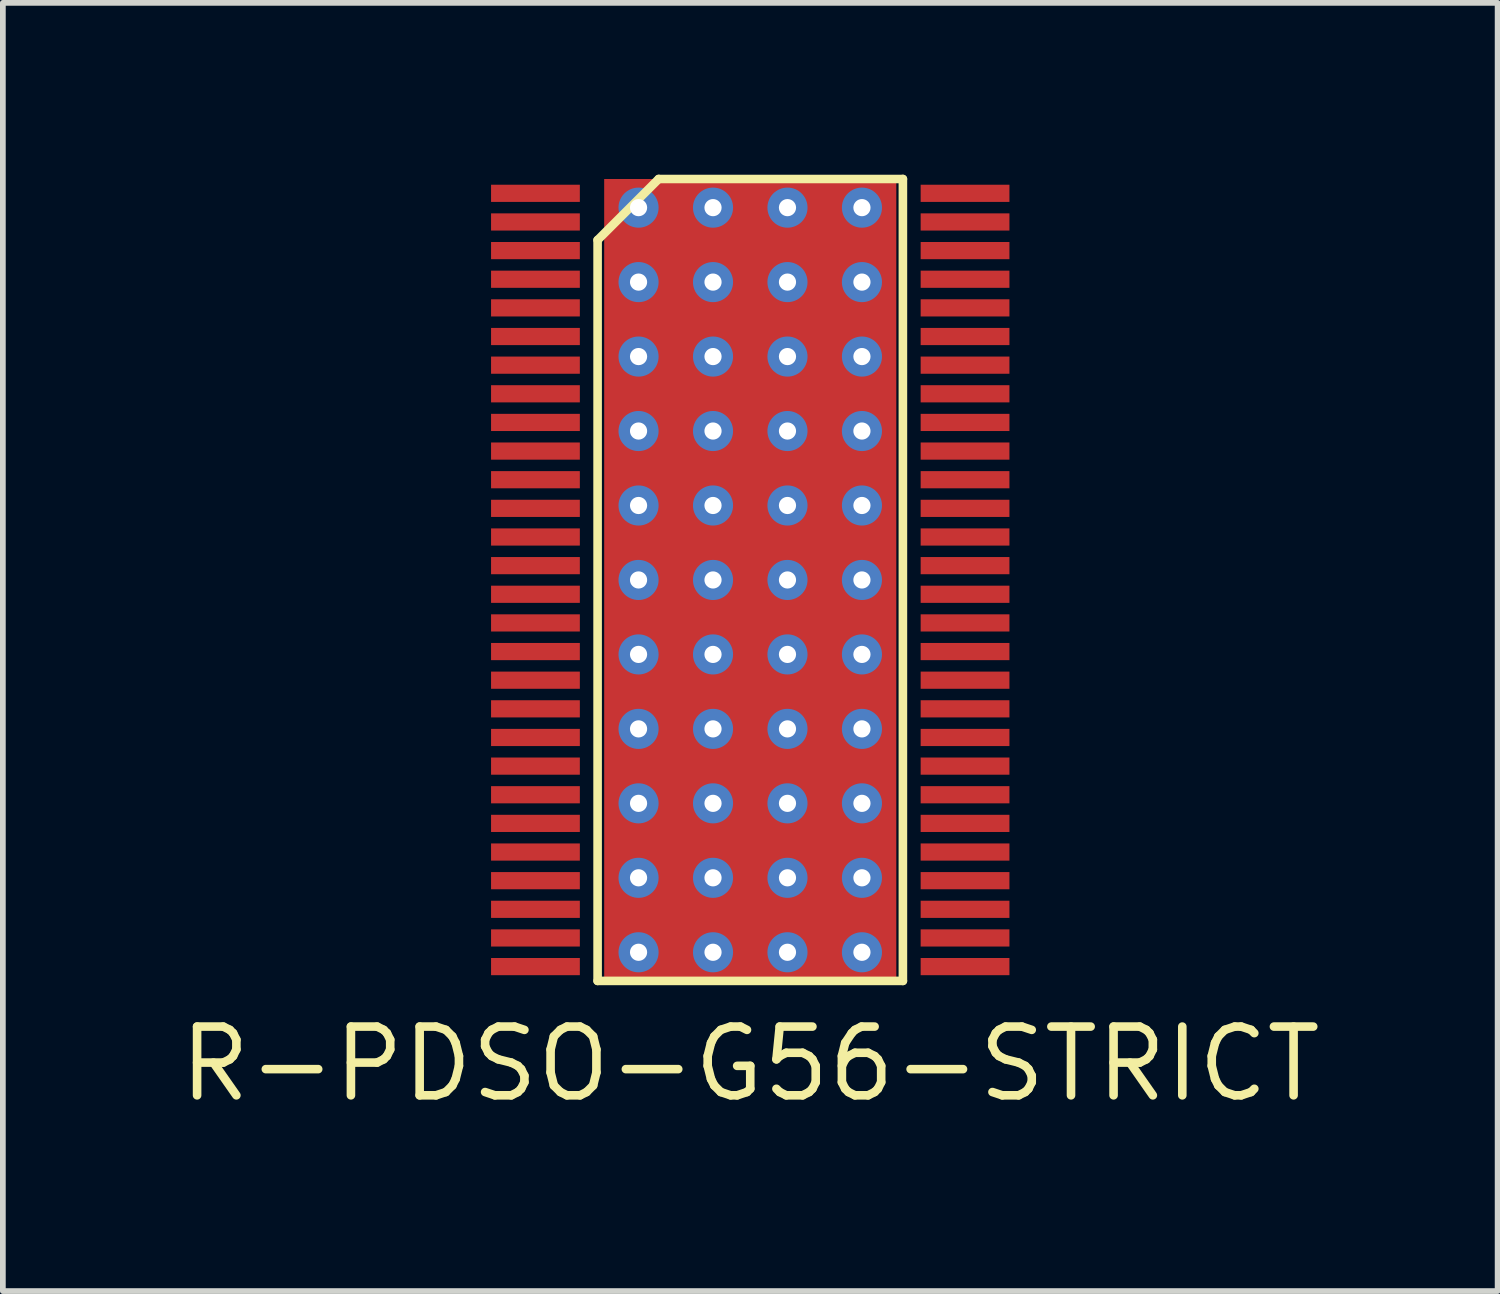
<source format=kicad_pcb>
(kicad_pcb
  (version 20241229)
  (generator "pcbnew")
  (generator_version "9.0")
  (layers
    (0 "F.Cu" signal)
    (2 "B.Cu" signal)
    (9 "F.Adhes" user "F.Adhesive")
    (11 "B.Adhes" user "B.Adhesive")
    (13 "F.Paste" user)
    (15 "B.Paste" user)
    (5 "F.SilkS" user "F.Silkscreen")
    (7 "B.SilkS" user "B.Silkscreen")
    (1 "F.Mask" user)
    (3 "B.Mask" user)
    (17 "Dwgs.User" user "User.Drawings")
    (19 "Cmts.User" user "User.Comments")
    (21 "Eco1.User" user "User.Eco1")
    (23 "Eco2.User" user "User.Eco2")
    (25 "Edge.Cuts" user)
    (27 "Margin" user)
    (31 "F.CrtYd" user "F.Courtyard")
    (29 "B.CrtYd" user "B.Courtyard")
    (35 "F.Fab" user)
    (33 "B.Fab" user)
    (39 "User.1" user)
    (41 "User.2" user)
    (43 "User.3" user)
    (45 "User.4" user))
  (footprint "R-PDSO-G56-STRICT"
    (layer "F.Cu")
    (at 10.048 7.075)
    (property "Reference" "R-PDSO-G56-STRICT" (at 0 8.45 0) (layer "F.SilkS") (effects (font (size 1.2 1.2) (thickness 0.15))))
    (attr through_hole)
    (fp_line (start -2.665 -5.934) (end -2.665 7) (stroke (width 0.15) (type solid)) (layer "F.SilkS"))
    (fp_line (start -2.665 7) (end 2.665 7) (stroke (width 0.15) (type solid)) (layer "F.SilkS"))
    (fp_line (start -1.599 -7) (end -2.665 -5.934) (stroke (width 0.15) (type solid)) (layer "F.SilkS"))
    (fp_line (start 2.665 -7) (end -1.599 -7) (stroke (width 0.15) (type solid)) (layer "F.SilkS"))
    (fp_line (start 2.665 7) (end 2.665 -7) (stroke (width 0.15) (type solid)) (layer "F.SilkS"))
    (pad "" smd rect (at 0 0) (size 3.61 6.35) (layers "F.Mask"))
    (pad "" smd rect (at 0 0) (size 3.61 6.35) (layers "F.Paste"))
    (pad "1" smd rect (at -3.75 -6.75) (size 1.55 0.3) (layers "F.Cu" "F.Mask" "F.Paste"))
    (pad "2" smd rect (at -3.75 -6.25) (size 1.55 0.3) (layers "F.Cu" "F.Mask" "F.Paste"))
    (pad "3" smd rect (at -3.75 -5.75) (size 1.55 0.3) (layers "F.Cu" "F.Mask" "F.Paste"))
    (pad "4" smd rect (at -3.75 -5.25) (size 1.55 0.3) (layers "F.Cu" "F.Mask" "F.Paste"))
    (pad "5" smd rect (at -3.75 -4.75) (size 1.55 0.3) (layers "F.Cu" "F.Mask" "F.Paste"))
    (pad "6" smd rect (at -3.75 -4.25) (size 1.55 0.3) (layers "F.Cu" "F.Mask" "F.Paste"))
    (pad "7" smd rect (at -3.75 -3.75) (size 1.55 0.3) (layers "F.Cu" "F.Mask" "F.Paste"))
    (pad "8" smd rect (at -3.75 -3.25) (size 1.55 0.3) (layers "F.Cu" "F.Mask" "F.Paste"))
    (pad "9" smd rect (at -3.75 -2.75) (size 1.55 0.3) (layers "F.Cu" "F.Mask" "F.Paste"))
    (pad "10" smd rect (at -3.75 -2.25) (size 1.55 0.3) (layers "F.Cu" "F.Mask" "F.Paste"))
    (pad "11" smd rect (at -3.75 -1.75) (size 1.55 0.3) (layers "F.Cu" "F.Mask" "F.Paste"))
    (pad "12" smd rect (at -3.75 -1.25) (size 1.55 0.3) (layers "F.Cu" "F.Mask" "F.Paste"))
    (pad "13" smd rect (at -3.75 -0.75) (size 1.55 0.3) (layers "F.Cu" "F.Mask" "F.Paste"))
    (pad "14" smd rect (at -3.75 -0.25) (size 1.55 0.3) (layers "F.Cu" "F.Mask" "F.Paste"))
    (pad "15" smd rect (at -3.75 0.25) (size 1.55 0.3) (layers "F.Cu" "F.Mask" "F.Paste"))
    (pad "16" smd rect (at -3.75 0.75) (size 1.55 0.3) (layers "F.Cu" "F.Mask" "F.Paste"))
    (pad "17" smd rect (at -3.75 1.25) (size 1.55 0.3) (layers "F.Cu" "F.Mask" "F.Paste"))
    (pad "18" smd rect (at -3.75 1.75) (size 1.55 0.3) (layers "F.Cu" "F.Mask" "F.Paste"))
    (pad "19" smd rect (at -3.75 2.25) (size 1.55 0.3) (layers "F.Cu" "F.Mask" "F.Paste"))
    (pad "20" smd rect (at -3.75 2.75) (size 1.55 0.3) (layers "F.Cu" "F.Mask" "F.Paste"))
    (pad "21" smd rect (at -3.75 3.25) (size 1.55 0.3) (layers "F.Cu" "F.Mask" "F.Paste"))
    (pad "22" smd rect (at -3.75 3.75) (size 1.55 0.3) (layers "F.Cu" "F.Mask" "F.Paste"))
    (pad "23" smd rect (at -3.75 4.25) (size 1.55 0.3) (layers "F.Cu" "F.Mask" "F.Paste"))
    (pad "24" smd rect (at -3.75 4.75) (size 1.55 0.3) (layers "F.Cu" "F.Mask" "F.Paste"))
    (pad "25" smd rect (at -3.75 5.25) (size 1.55 0.3) (layers "F.Cu" "F.Mask" "F.Paste"))
    (pad "26" smd rect (at -3.75 5.75) (size 1.55 0.3) (layers "F.Cu" "F.Mask" "F.Paste"))
    (pad "27" smd rect (at -3.75 6.25) (size 1.55 0.3) (layers "F.Cu" "F.Mask" "F.Paste"))
    (pad "28" smd rect (at -3.75 6.75) (size 1.55 0.3) (layers "F.Cu" "F.Mask" "F.Paste"))
    (pad "29" smd rect (at 3.75 6.75) (size 1.55 0.3) (layers "F.Cu" "F.Mask" "F.Paste"))
    (pad "30" smd rect (at 3.75 6.25) (size 1.55 0.3) (layers "F.Cu" "F.Mask" "F.Paste"))
    (pad "31" smd rect (at 3.75 5.75) (size 1.55 0.3) (layers "F.Cu" "F.Mask" "F.Paste"))
    (pad "32" smd rect (at 3.75 5.25) (size 1.55 0.3) (layers "F.Cu" "F.Mask" "F.Paste"))
    (pad "33" smd rect (at 3.75 4.75) (size 1.55 0.3) (layers "F.Cu" "F.Mask" "F.Paste"))
    (pad "34" smd rect (at 3.75 4.25) (size 1.55 0.3) (layers "F.Cu" "F.Mask" "F.Paste"))
    (pad "35" smd rect (at 3.75 3.75) (size 1.55 0.3) (layers "F.Cu" "F.Mask" "F.Paste"))
    (pad "36" smd rect (at 3.75 3.25) (size 1.55 0.3) (layers "F.Cu" "F.Mask" "F.Paste"))
    (pad "37" smd rect (at 3.75 2.75) (size 1.55 0.3) (layers "F.Cu" "F.Mask" "F.Paste"))
    (pad "38" smd rect (at 3.75 2.25) (size 1.55 0.3) (layers "F.Cu" "F.Mask" "F.Paste"))
    (pad "39" smd rect (at 3.75 1.75) (size 1.55 0.3) (layers "F.Cu" "F.Mask" "F.Paste"))
    (pad "40" smd rect (at 3.75 1.25) (size 1.55 0.3) (layers "F.Cu" "F.Mask" "F.Paste"))
    (pad "41" smd rect (at 3.75 0.75) (size 1.55 0.3) (layers "F.Cu" "F.Mask" "F.Paste"))
    (pad "42" smd rect (at 3.75 0.25) (size 1.55 0.3) (layers "F.Cu" "F.Mask" "F.Paste"))
    (pad "43" smd rect (at 3.75 -0.25) (size 1.55 0.3) (layers "F.Cu" "F.Mask" "F.Paste"))
    (pad "44" smd rect (at 3.75 -0.75) (size 1.55 0.3) (layers "F.Cu" "F.Mask" "F.Paste"))
    (pad "45" smd rect (at 3.75 -1.25) (size 1.55 0.3) (layers "F.Cu" "F.Mask" "F.Paste"))
    (pad "46" smd rect (at 3.75 -1.75) (size 1.55 0.3) (layers "F.Cu" "F.Mask" "F.Paste"))
    (pad "47" smd rect (at 3.75 -2.25) (size 1.55 0.3) (layers "F.Cu" "F.Mask" "F.Paste"))
    (pad "48" smd rect (at 3.75 -2.75) (size 1.55 0.3) (layers "F.Cu" "F.Mask" "F.Paste"))
    (pad "49" smd rect (at 3.75 -3.25) (size 1.55 0.3) (layers "F.Cu" "F.Mask" "F.Paste"))
    (pad "50" smd rect (at 3.75 -3.75) (size 1.55 0.3) (layers "F.Cu" "F.Mask" "F.Paste"))
    (pad "51" smd rect (at 3.75 -4.25) (size 1.55 0.3) (layers "F.Cu" "F.Mask" "F.Paste"))
    (pad "52" smd rect (at 3.75 -4.75) (size 1.55 0.3) (layers "F.Cu" "F.Mask" "F.Paste"))
    (pad "53" smd rect (at 3.75 -5.25) (size 1.55 0.3) (layers "F.Cu" "F.Mask" "F.Paste"))
    (pad "54" smd rect (at 3.75 -5.75) (size 1.55 0.3) (layers "F.Cu" "F.Mask" "F.Paste"))
    (pad "55" smd rect (at 3.75 -6.25) (size 1.55 0.3) (layers "F.Cu" "F.Mask" "F.Paste"))
    (pad "56" smd rect (at 3.75 -6.75) (size 1.55 0.3) (layers "F.Cu" "F.Mask" "F.Paste"))
    (pad "57" thru_hole circle (at -1.95 -6.5) (size 0.7 0.7) (drill 0.3) (layers "*.Cu"))
    (pad "57" thru_hole circle (at -1.95 -5.2) (size 0.7 0.7) (drill 0.3) (layers "*.Cu"))
    (pad "57" thru_hole circle (at -1.95 -3.9) (size 0.7 0.7) (drill 0.3) (layers "*.Cu"))
    (pad "57" thru_hole circle (at -1.95 -2.6) (size 0.7 0.7) (drill 0.3) (layers "*.Cu"))
    (pad "57" thru_hole circle (at -1.95 -1.3) (size 0.7 0.7) (drill 0.3) (layers "*.Cu"))
    (pad "57" thru_hole circle (at -1.95 0) (size 0.7 0.7) (drill 0.3) (layers "*.Cu"))
    (pad "57" thru_hole circle (at -1.95 1.3) (size 0.7 0.7) (drill 0.3) (layers "*.Cu"))
    (pad "57" thru_hole circle (at -1.95 2.6) (size 0.7 0.7) (drill 0.3) (layers "*.Cu"))
    (pad "57" thru_hole circle (at -1.95 3.9) (size 0.7 0.7) (drill 0.3) (layers "*.Cu"))
    (pad "57" thru_hole circle (at -1.95 5.2) (size 0.7 0.7) (drill 0.3) (layers "*.Cu"))
    (pad "57" thru_hole circle (at -1.95 6.5) (size 0.7 0.7) (drill 0.3) (layers "*.Cu"))
    (pad "57" thru_hole circle (at -0.65 -6.5) (size 0.7 0.7) (drill 0.3) (layers "*.Cu"))
    (pad "57" thru_hole circle (at -0.65 -5.2) (size 0.7 0.7) (drill 0.3) (layers "*.Cu"))
    (pad "57" thru_hole circle (at -0.65 -3.9) (size 0.7 0.7) (drill 0.3) (layers "*.Cu"))
    (pad "57" thru_hole circle (at -0.65 -2.6) (size 0.7 0.7) (drill 0.3) (layers "*.Cu"))
    (pad "57" thru_hole circle (at -0.65 -1.3) (size 0.7 0.7) (drill 0.3) (layers "*.Cu"))
    (pad "57" thru_hole circle (at -0.65 0) (size 0.7 0.7) (drill 0.3) (layers "*.Cu"))
    (pad "57" thru_hole circle (at -0.65 1.3) (size 0.7 0.7) (drill 0.3) (layers "*.Cu"))
    (pad "57" thru_hole circle (at -0.65 2.6) (size 0.7 0.7) (drill 0.3) (layers "*.Cu"))
    (pad "57" thru_hole circle (at -0.65 3.9) (size 0.7 0.7) (drill 0.3) (layers "*.Cu"))
    (pad "57" thru_hole circle (at -0.65 5.2) (size 0.7 0.7) (drill 0.3) (layers "*.Cu"))
    (pad "57" thru_hole circle (at -0.65 6.5) (size 0.7 0.7) (drill 0.3) (layers "*.Cu"))
    (pad "57" smd rect (at 0 0) (size 5.1 14) (layers "F.Cu"))
    (pad "57" thru_hole circle (at 0.65 -6.5) (size 0.7 0.7) (drill 0.3) (layers "*.Cu"))
    (pad "57" thru_hole circle (at 0.65 -5.2) (size 0.7 0.7) (drill 0.3) (layers "*.Cu"))
    (pad "57" thru_hole circle (at 0.65 -3.9) (size 0.7 0.7) (drill 0.3) (layers "*.Cu"))
    (pad "57" thru_hole circle (at 0.65 -2.6) (size 0.7 0.7) (drill 0.3) (layers "*.Cu"))
    (pad "57" thru_hole circle (at 0.65 -1.3) (size 0.7 0.7) (drill 0.3) (layers "*.Cu"))
    (pad "57" thru_hole circle (at 0.65 0) (size 0.7 0.7) (drill 0.3) (layers "*.Cu"))
    (pad "57" thru_hole circle (at 0.65 1.3) (size 0.7 0.7) (drill 0.3) (layers "*.Cu"))
    (pad "57" thru_hole circle (at 0.65 2.6) (size 0.7 0.7) (drill 0.3) (layers "*.Cu"))
    (pad "57" thru_hole circle (at 0.65 3.9) (size 0.7 0.7) (drill 0.3) (layers "*.Cu"))
    (pad "57" thru_hole circle (at 0.65 5.2) (size 0.7 0.7) (drill 0.3) (layers "*.Cu"))
    (pad "57" thru_hole circle (at 0.65 6.5) (size 0.7 0.7) (drill 0.3) (layers "*.Cu"))
    (pad "57" thru_hole circle (at 1.95 -6.5) (size 0.7 0.7) (drill 0.3) (layers "*.Cu"))
    (pad "57" thru_hole circle (at 1.95 -5.2) (size 0.7 0.7) (drill 0.3) (layers "*.Cu"))
    (pad "57" thru_hole circle (at 1.95 -3.9) (size 0.7 0.7) (drill 0.3) (layers "*.Cu"))
    (pad "57" thru_hole circle (at 1.95 -2.6) (size 0.7 0.7) (drill 0.3) (layers "*.Cu"))
    (pad "57" thru_hole circle (at 1.95 -1.3) (size 0.7 0.7) (drill 0.3) (layers "*.Cu"))
    (pad "57" thru_hole circle (at 1.95 0) (size 0.7 0.7) (drill 0.3) (layers "*.Cu"))
    (pad "57" thru_hole circle (at 1.95 1.3) (size 0.7 0.7) (drill 0.3) (layers "*.Cu"))
    (pad "57" thru_hole circle (at 1.95 2.6) (size 0.7 0.7) (drill 0.3) (layers "*.Cu"))
    (pad "57" thru_hole circle (at 1.95 3.9) (size 0.7 0.7) (drill 0.3) (layers "*.Cu"))
    (pad "57" thru_hole circle (at 1.95 5.2) (size 0.7 0.7) (drill 0.3) (layers "*.Cu"))
    (pad "57" thru_hole circle (at 1.95 6.5) (size 0.7 0.7) (drill 0.3) (layers "*.Cu")))
  (gr_rect
    (start -3 -3)
    (end 23.096 19.49)
    (stroke (width 0.1) (type default))
    (fill no)
    (layer "Edge.Cuts")))
</source>
